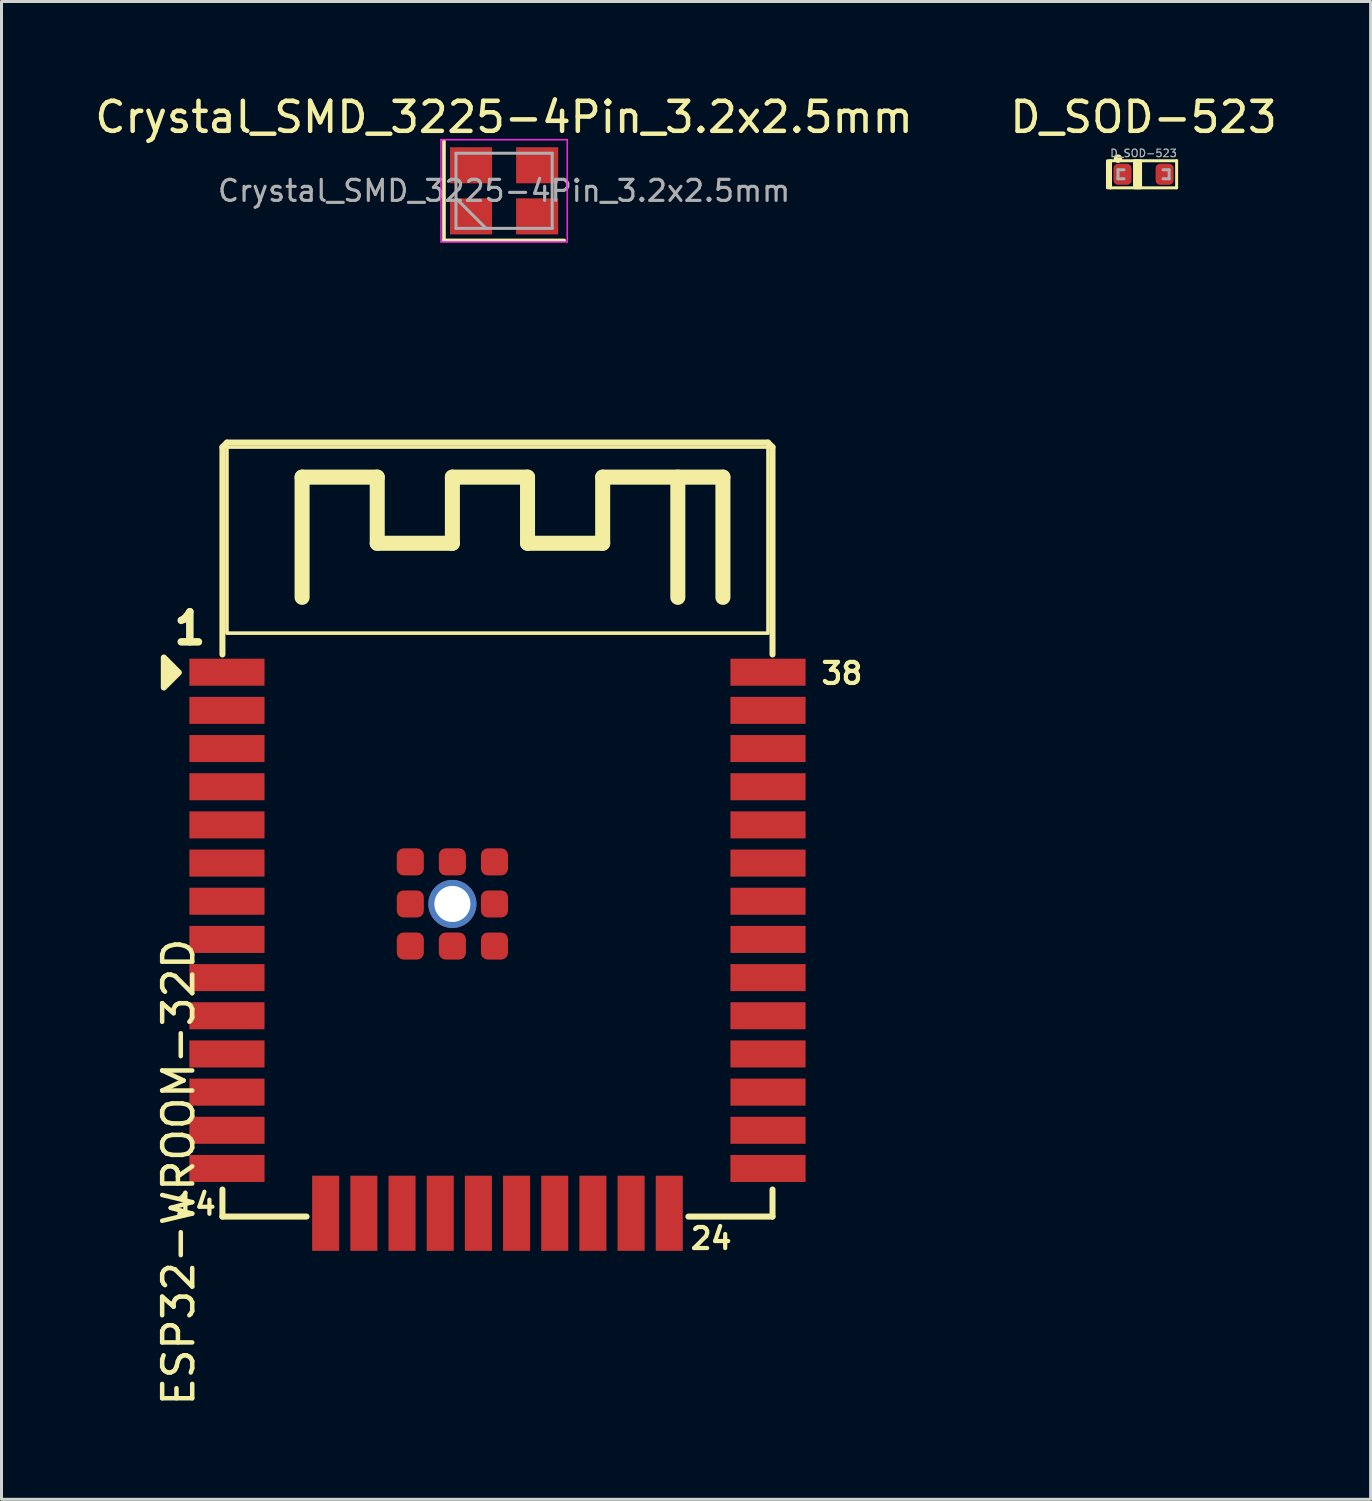
<source format=kicad_pcb>
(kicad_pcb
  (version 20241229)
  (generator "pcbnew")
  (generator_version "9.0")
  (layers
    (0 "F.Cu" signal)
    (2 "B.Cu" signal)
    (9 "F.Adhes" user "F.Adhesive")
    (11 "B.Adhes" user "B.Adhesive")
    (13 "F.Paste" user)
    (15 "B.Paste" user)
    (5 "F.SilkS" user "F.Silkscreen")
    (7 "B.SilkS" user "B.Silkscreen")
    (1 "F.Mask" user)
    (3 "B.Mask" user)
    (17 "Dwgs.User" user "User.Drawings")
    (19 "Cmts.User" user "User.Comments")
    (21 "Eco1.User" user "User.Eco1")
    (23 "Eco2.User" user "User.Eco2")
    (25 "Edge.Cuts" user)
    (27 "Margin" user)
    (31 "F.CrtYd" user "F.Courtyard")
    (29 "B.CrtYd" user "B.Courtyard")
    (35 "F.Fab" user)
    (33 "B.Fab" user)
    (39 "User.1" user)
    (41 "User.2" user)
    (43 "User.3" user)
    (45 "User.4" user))
  (footprint "Crystal_SMD_3225-4Pin_3.2x2.5mm"
    (layer "F.Cu")
    (at 13.72 3.298)
    (property "Reference" "Crystal_SMD_3225-4Pin_3.2x2.5mm" (at 0 -2.45 0) (layer "F.SilkS") (effects (font (size 1 1) (thickness 0.15))))
    (attr smd)
    (fp_line (start -2 -1.65) (end -2 1.65) (stroke (width 0.12) (type solid)) (layer "F.SilkS"))
    (fp_line (start -2 1.65) (end 2 1.65) (stroke (width 0.12) (type solid)) (layer "F.SilkS"))
    (fp_line (start -2.1 -1.7) (end -2.1 1.7) (stroke (width 0.05) (type solid)) (layer "F.CrtYd"))
    (fp_line (start -2.1 1.7) (end 2.1 1.7) (stroke (width 0.05) (type solid)) (layer "F.CrtYd"))
    (fp_line (start 2.1 -1.7) (end -2.1 -1.7) (stroke (width 0.05) (type solid)) (layer "F.CrtYd"))
    (fp_line (start 2.1 1.7) (end 2.1 -1.7) (stroke (width 0.05) (type solid)) (layer "F.CrtYd"))
    (fp_line (start -1.6 -1.25) (end -1.6 1.25) (stroke (width 0.1) (type solid)) (layer "F.Fab"))
    (fp_line (start -1.6 0.25) (end -0.6 1.25) (stroke (width 0.1) (type solid)) (layer "F.Fab"))
    (fp_line (start -1.6 1.25) (end 1.6 1.25) (stroke (width 0.1) (type solid)) (layer "F.Fab"))
    (fp_line (start 1.6 -1.25) (end -1.6 -1.25) (stroke (width 0.1) (type solid)) (layer "F.Fab"))
    (fp_line (start 1.6 1.25) (end 1.6 -1.25) (stroke (width 0.1) (type solid)) (layer "F.Fab"))
    (fp_text user "${REFERENCE}" (at 0 0 0) (layer "F.Fab") (effects (font (size 0.7 0.7) (thickness 0.105))))
    (pad "1" smd rect (at -1.1 0.85) (size 1.4 1.2) (layers "F.Cu" "F.Mask" "F.Paste"))
    (pad "2" smd rect (at 1.1 0.85) (size 1.4 1.2) (layers "F.Cu" "F.Mask" "F.Paste"))
    (pad "3" smd rect (at 1.1 -0.85) (size 1.4 1.2) (layers "F.Cu" "F.Mask" "F.Paste"))
    (pad "4" smd rect (at -1.1 -0.85) (size 1.4 1.2) (layers "F.Cu" "F.Mask" "F.Paste")))
  (footprint "ESP32-WROOM-32D"
    (layer "F.Cu")
    (at 13.5 27.513)
    (property "Reference" "ESP32-WROOM-32D" (at -10.61 8.43 270) (layer "F.SilkS") (effects (font (size 1 1) (thickness 0.15))))
    (attr smd)
    (fp_line (start -9.15 -15.69) (end -9.15 -8.79) (stroke (width 0.2) (type solid)) (layer "F.SilkS"))
    (fp_line (start -9.15 9.01) (end -9.15 9.91) (stroke (width 0.2) (type solid)) (layer "F.SilkS"))
    (fp_line (start -9.15 9.91) (end -6.35 9.91) (stroke (width 0.2) (type solid)) (layer "F.SilkS"))
    (fp_line (start -9 -15.84) (end -9.15 -15.69) (stroke (width 0.2) (type solid)) (layer "F.SilkS"))
    (fp_line (start -6.5 -14.69) (end -4 -14.69) (stroke (width 0.5) (type default)) (layer "F.SilkS"))
    (fp_line (start -6.5 -10.69) (end -6.5 -14.69) (stroke (width 0.5) (type default)) (layer "F.SilkS"))
    (fp_line (start -4 -14.69) (end -4 -12.49) (stroke (width 0.5) (type default)) (layer "F.SilkS"))
    (fp_line (start -4 -12.49) (end -1.5 -12.49) (stroke (width 0.5) (type default)) (layer "F.SilkS"))
    (fp_line (start -1.5 -14.69) (end 1 -14.69) (stroke (width 0.5) (type default)) (layer "F.SilkS"))
    (fp_line (start -1.5 -12.49) (end -1.5 -14.69) (stroke (width 0.5) (type default)) (layer "F.SilkS"))
    (fp_line (start 1 -14.69) (end 1 -12.49) (stroke (width 0.5) (type default)) (layer "F.SilkS"))
    (fp_line (start 1 -12.49) (end 3.5 -12.49) (stroke (width 0.5) (type default)) (layer "F.SilkS"))
    (fp_line (start 3.5 -14.69) (end 7.5 -14.69) (stroke (width 0.5) (type default)) (layer "F.SilkS"))
    (fp_line (start 3.5 -12.49) (end 3.5 -14.69) (stroke (width 0.5) (type default)) (layer "F.SilkS"))
    (fp_line (start 6 -14.69) (end 6 -10.69) (stroke (width 0.5) (type default)) (layer "F.SilkS"))
    (fp_line (start 7.5 -14.69) (end 7.5 -10.69) (stroke (width 0.5) (type default)) (layer "F.SilkS"))
    (fp_line (start 9 -15.84) (end -9 -15.84) (stroke (width 0.2) (type solid)) (layer "F.SilkS"))
    (fp_line (start 9.15 -15.69) (end 9 -15.84) (stroke (width 0.2) (type solid)) (layer "F.SilkS"))
    (fp_line (start 9.15 -8.79) (end 9.15 -15.69) (stroke (width 0.2) (type solid)) (layer "F.SilkS"))
    (fp_line (start 9.15 9.01) (end 9.15 9.91) (stroke (width 0.2) (type solid)) (layer "F.SilkS"))
    (fp_line (start 9.15 9.91) (end 6.35 9.91) (stroke (width 0.2) (type solid)) (layer "F.SilkS"))
    (fp_rect (start -9 -15.69) (end 9 -9.5) (stroke (width 0.12) (type default)) (fill no) (layer "F.SilkS"))
    (fp_poly (pts (xy -11.1 -8.69) (xy -11.1 -7.69) (xy -10.6 -8.19)) (stroke (width 0.2) (type solid)) (fill yes) (layer "F.SilkS"))
    (fp_text user "38" (at 10.7 -7.75 0) (unlocked yes) (layer "F.SilkS") (effects (font (size 0.7 0.7) (thickness 0.14) (bold yes)) (justify left bottom)))
    (fp_text user "14" (at -10.05 9.5 0) (unlocked yes) (layer "F.SilkS") (effects (font (size 0.7 0.7) (thickness 0.14) (bold yes))))
    (fp_text user "1" (at -10.875 -9.075 0) (unlocked yes) (layer "F.SilkS") (effects (font (size 1 1) (thickness 0.25) (bold yes)) (justify left bottom)))
    (fp_text user "24" (at 6.35 11.05 0) (unlocked yes) (layer "F.SilkS") (effects (font (size 0.7 0.7) (thickness 0.14) (bold yes)) (justify left bottom)))
    (pad "1" smd rect (at -9 -8.2) (size 2.5 0.9) (layers "F.Cu" "F.Mask" "F.Paste"))
    (pad "2" smd rect (at -9 -6.93) (size 2.5 0.9) (layers "F.Cu" "F.Mask" "F.Paste"))
    (pad "3" smd rect (at -9 -5.66) (size 2.5 0.9) (layers "F.Cu" "F.Mask" "F.Paste"))
    (pad "4" smd rect (at -9 -4.39) (size 2.5 0.9) (layers "F.Cu" "F.Mask" "F.Paste"))
    (pad "5" smd rect (at -9 -3.12) (size 2.5 0.9) (layers "F.Cu" "F.Mask" "F.Paste"))
    (pad "6" smd rect (at -9 -1.85) (size 2.5 0.9) (layers "F.Cu" "F.Mask" "F.Paste"))
    (pad "7" smd rect (at -9 -0.58) (size 2.5 0.9) (layers "F.Cu" "F.Mask" "F.Paste"))
    (pad "8" smd rect (at -9 0.69) (size 2.5 0.9) (layers "F.Cu" "F.Mask" "F.Paste"))
    (pad "9" smd rect (at -9 1.96) (size 2.5 0.9) (layers "F.Cu" "F.Mask" "F.Paste"))
    (pad "10" smd rect (at -9 3.23) (size 2.5 0.9) (layers "F.Cu" "F.Mask" "F.Paste"))
    (pad "11" smd rect (at -9 4.5) (size 2.5 0.9) (layers "F.Cu" "F.Mask" "F.Paste"))
    (pad "12" smd rect (at -9 5.77) (size 2.5 0.9) (layers "F.Cu" "F.Mask" "F.Paste"))
    (pad "13" smd rect (at -9 7.04) (size 2.5 0.9) (layers "F.Cu" "F.Mask" "F.Paste"))
    (pad "14" smd rect (at -9 8.31) (size 2.5 0.9) (layers "F.Cu" "F.Mask" "F.Paste"))
    (pad "15" smd rect (at -5.715 9.8 90) (size 2.5 0.9) (layers "F.Cu" "F.Mask" "F.Paste"))
    (pad "16" smd rect (at -4.445 9.8 90) (size 2.5 0.9) (layers "F.Cu" "F.Mask" "F.Paste"))
    (pad "17" smd rect (at -3.175 9.8 90) (size 2.5 0.9) (layers "F.Cu" "F.Mask" "F.Paste"))
    (pad "18" smd rect (at -1.905 9.8 90) (size 2.5 0.9) (layers "F.Cu" "F.Mask" "F.Paste"))
    (pad "19" smd rect (at -0.635 9.8 90) (size 2.5 0.9) (layers "F.Cu" "F.Mask" "F.Paste"))
    (pad "20" smd rect (at 0.635 9.8 90) (size 2.5 0.9) (layers "F.Cu" "F.Mask" "F.Paste"))
    (pad "21" smd rect (at 1.905 9.8 90) (size 2.5 0.9) (layers "F.Cu" "F.Mask" "F.Paste"))
    (pad "22" smd rect (at 3.175 9.8 90) (size 2.5 0.9) (layers "F.Cu" "F.Mask" "F.Paste"))
    (pad "23" smd rect (at 4.445 9.8 90) (size 2.5 0.9) (layers "F.Cu" "F.Mask" "F.Paste"))
    (pad "24" smd rect (at 5.715 9.8 90) (size 2.5 0.9) (layers "F.Cu" "F.Mask" "F.Paste"))
    (pad "25" smd rect (at 9 8.31) (size 2.5 0.9) (layers "F.Cu" "F.Mask" "F.Paste"))
    (pad "26" smd rect (at 9 7.04) (size 2.5 0.9) (layers "F.Cu" "F.Mask" "F.Paste"))
    (pad "27" smd rect (at 9 5.77) (size 2.5 0.9) (layers "F.Cu" "F.Mask" "F.Paste"))
    (pad "28" smd rect (at 9 4.5) (size 2.5 0.9) (layers "F.Cu" "F.Mask" "F.Paste"))
    (pad "29" smd rect (at 9 3.23) (size 2.5 0.9) (layers "F.Cu" "F.Mask" "F.Paste"))
    (pad "30" smd rect (at 9 1.96) (size 2.5 0.9) (layers "F.Cu" "F.Mask" "F.Paste"))
    (pad "31" smd rect (at 9 0.69) (size 2.5 0.9) (layers "F.Cu" "F.Mask" "F.Paste"))
    (pad "32" smd rect (at 9 -0.58) (size 2.5 0.9) (layers "F.Cu" "F.Mask" "F.Paste"))
    (pad "33" smd rect (at 9 -1.85) (size 2.5 0.9) (layers "F.Cu" "F.Mask" "F.Paste"))
    (pad "34" smd rect (at 9 -3.12) (size 2.5 0.9) (layers "F.Cu" "F.Mask" "F.Paste"))
    (pad "35" smd rect (at 9 -4.39) (size 2.5 0.9) (layers "F.Cu" "F.Mask" "F.Paste"))
    (pad "36" smd rect (at 9 -5.66) (size 2.5 0.9) (layers "F.Cu" "F.Mask" "F.Paste"))
    (pad "37" smd rect (at 9 -6.93) (size 2.5 0.9) (layers "F.Cu" "F.Mask" "F.Paste"))
    (pad "38" smd rect (at 9 -8.2) (size 2.5 0.9) (layers "F.Cu" "F.Mask" "F.Paste"))
    (pad "39" smd roundrect (at -2.9 -1.89) (size 0.9 0.9) (layers "F.Cu" "F.Mask" "F.Paste") (roundrect_rratio 0.25))
    (pad "39" smd roundrect (at -2.9 -0.49) (size 0.9 0.9) (layers "F.Cu" "F.Mask" "F.Paste") (roundrect_rratio 0.25))
    (pad "39" smd roundrect (at -2.9 0.91) (size 0.9 0.9) (layers "F.Cu" "F.Mask" "F.Paste") (roundrect_rratio 0.25))
    (pad "39" smd roundrect (at -1.5 -1.89) (size 0.9 0.9) (layers "F.Cu" "F.Mask" "F.Paste") (roundrect_rratio 0.25))
    (pad "39" thru_hole circle (at -1.5 -0.49) (size 1.6 1.6) (drill 1.2) (layers "*.Cu" "*.Mask"))
    (pad "39" smd roundrect (at -1.5 0.91) (size 0.9 0.9) (layers "F.Cu" "F.Mask" "F.Paste") (roundrect_rratio 0.25))
    (pad "39" smd roundrect (at -0.1 -1.89) (size 0.9 0.9) (layers "F.Cu" "F.Mask" "F.Paste") (roundrect_rratio 0.25))
    (pad "39" smd roundrect (at -0.1 -0.49) (size 0.9 0.9) (layers "F.Cu" "F.Mask" "F.Paste") (roundrect_rratio 0.25))
    (pad "39" smd roundrect (at -0.1 0.91) (size 0.9 0.9) (layers "F.Cu" "F.Mask" "F.Paste") (roundrect_rratio 0.25))
    (zone (net_name "") (layers "F.Cu" "B.Cu") (hatch full 0.508) (connect_pads) (min_thickness 0.254) (filled_areas_thickness no) (keepout (tracks not_allowed) (vias not_allowed) (pads not_allowed) (copperpour not_allowed) (footprints not_allowed)) (placement (enabled no)) (fill) (polygon (pts (xy 0 18.023) (xy 26 18.023) (xy 26 8.023) (xy 0 8.023)))))
  (footprint "D_SOD-523"
    (layer "F.Cu")
    (at 34.994 2.748)
    (property "Reference" "D_SOD-523" (at 0 -1.9 0) (layer "F.SilkS") (effects (font (size 1 1) (thickness 0.15))))
    (attr smd)
    (fp_line (start -1.1 -0.45) (end 1.1 -0.45) (stroke (width 0.1) (type solid)) (layer "F.SilkS"))
    (fp_line (start -1.1 0.45) (end -1.1 -0.45) (stroke (width 0.1) (type solid)) (layer "F.SilkS"))
    (fp_line (start 1.1 -0.45) (end 1.1 0.45) (stroke (width 0.1) (type solid)) (layer "F.SilkS"))
    (fp_line (start 1.1 0.45) (end -1.1 0.45) (stroke (width 0.1) (type solid)) (layer "F.SilkS"))
    (fp_rect (start -1.2 -0.45) (end -1.1 0.45) (stroke (width 0.1) (type solid)) (fill yes) (layer "F.SilkS"))
    (fp_rect (start -0.3 -0.45) (end -0.1 0.45) (stroke (width 0.1) (type solid)) (fill yes) (layer "F.SilkS"))
    (fp_circle (center -0.85 -0.52) (end -0.77 -0.52) (stroke (width 0.12) (type solid)) (fill yes) (layer "F.SilkS"))
    (fp_line (start -0.85 -0.15) (end -0.85 0.15) (stroke (width 0.1) (type solid)) (layer "F.Fab"))
    (fp_line (start -0.85 -0.15) (end -0.65 -0.15) (stroke (width 0.1) (type solid)) (layer "F.Fab"))
    (fp_line (start -0.85 0.15) (end -0.65 0.15) (stroke (width 0.1) (type solid)) (layer "F.Fab"))
    (fp_line (start 0.85 -0.15) (end 0.65 -0.15) (stroke (width 0.1) (type solid)) (layer "F.Fab"))
    (fp_line (start 0.85 0.15) (end 0.65 0.15) (stroke (width 0.1) (type solid)) (layer "F.Fab"))
    (fp_line (start 0.85 0.15) (end 0.85 -0.15) (stroke (width 0.1) (type solid)) (layer "F.Fab"))
    (fp_text user "${REFERENCE}" (at 0 -0.7 0) (layer "F.Fab") (effects (font (size 0.25 0.25) (thickness 0.04))))
    (pad "1" smd roundrect (at -0.7 0 180) (size 0.6 0.7) (layers "F.Cu" "F.Mask" "F.Paste") (roundrect_rratio 0.25))
    (pad "2" smd roundrect (at 0.7 0 180) (size 0.6 0.7) (layers "F.Cu" "F.Mask" "F.Paste") (roundrect_rratio 0.25)))
  (gr_rect
    (start -3 -3)
    (end 42.548 46.83)
    (stroke (width 0.1) (type default))
    (fill no)
    (layer "Edge.Cuts")))
</source>
